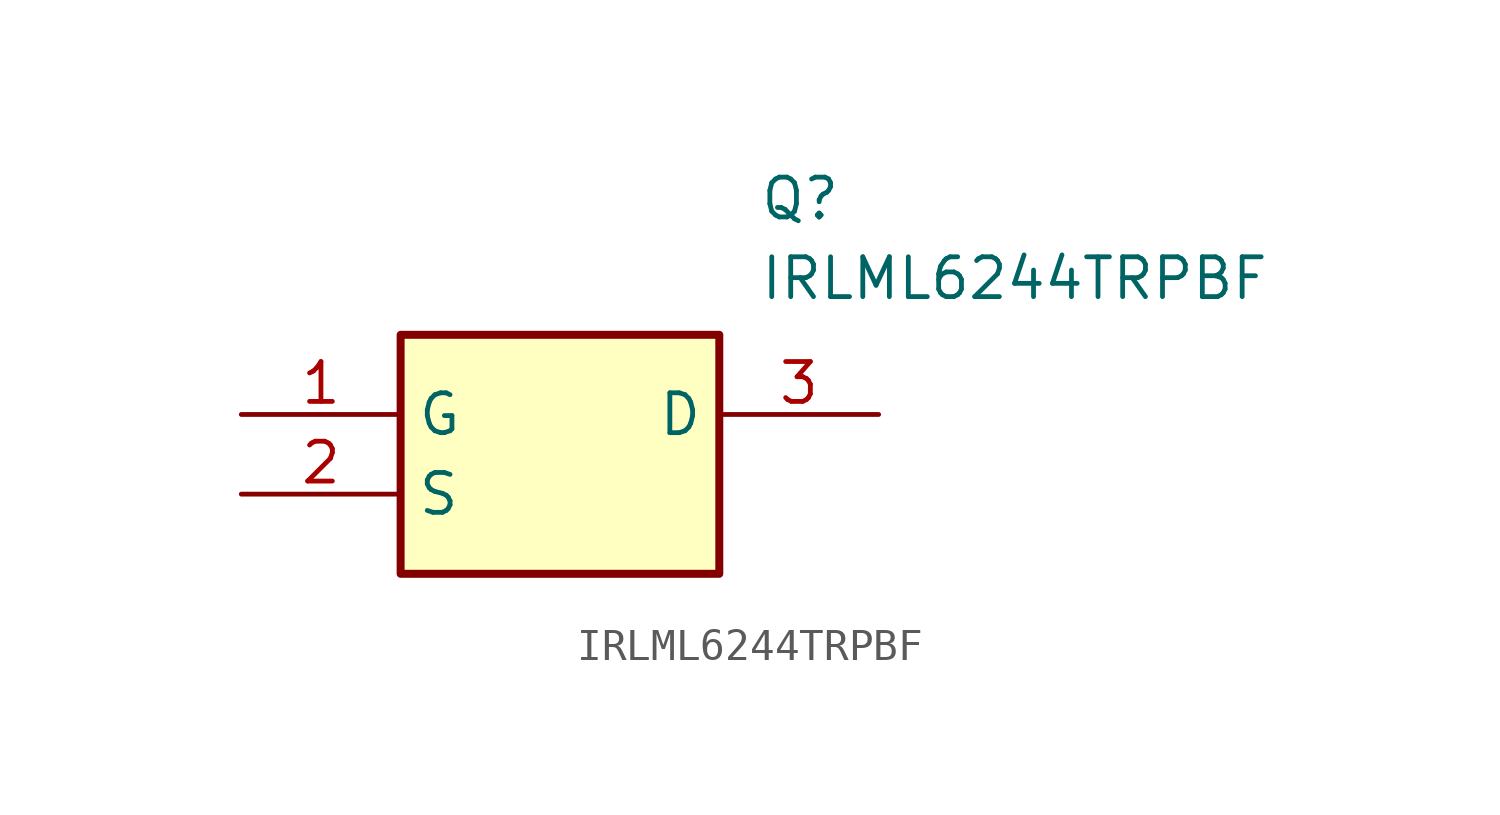
<source format=kicad_sym>
(kicad_symbol_lib
  (version 20211014)
  (generator SamacSys_ECAD_Model)
  (symbol "IRLML6244TRPBF"
    (property "Reference" "Q"
      (at 16.51 7.62 0)
      (effects (font (size 1.27 1.27)) (justify left top)))
    (property "Value" "IRLML6244TRPBF"
      (at 16.51 5.08 0)
      (effects (font (size 1.27 1.27)) (justify left top)))
    (rectangle
      (start 5.08 2.54)
      (end 15.24 -5.08)
      (stroke (width 0.254) (type default))
      (fill (type background)))
    (pin passive line
      (at 0 0 0)
      (length 5.08)
      (name "G" (effects (font (size 1.27 1.27))))
      (number "1" (effects (font (size 1.27 1.27)))))
    (pin passive line
      (at 0 -2.54 0)
      (length 5.08)
      (name "S" (effects (font (size 1.27 1.27))))
      (number "2" (effects (font (size 1.27 1.27)))))
    (pin passive line
      (at 20.32 0 180)
      (length 5.08)
      (name "D" (effects (font (size 1.27 1.27))))
      (number "3" (effects (font (size 1.27 1.27)))))))
</source>
